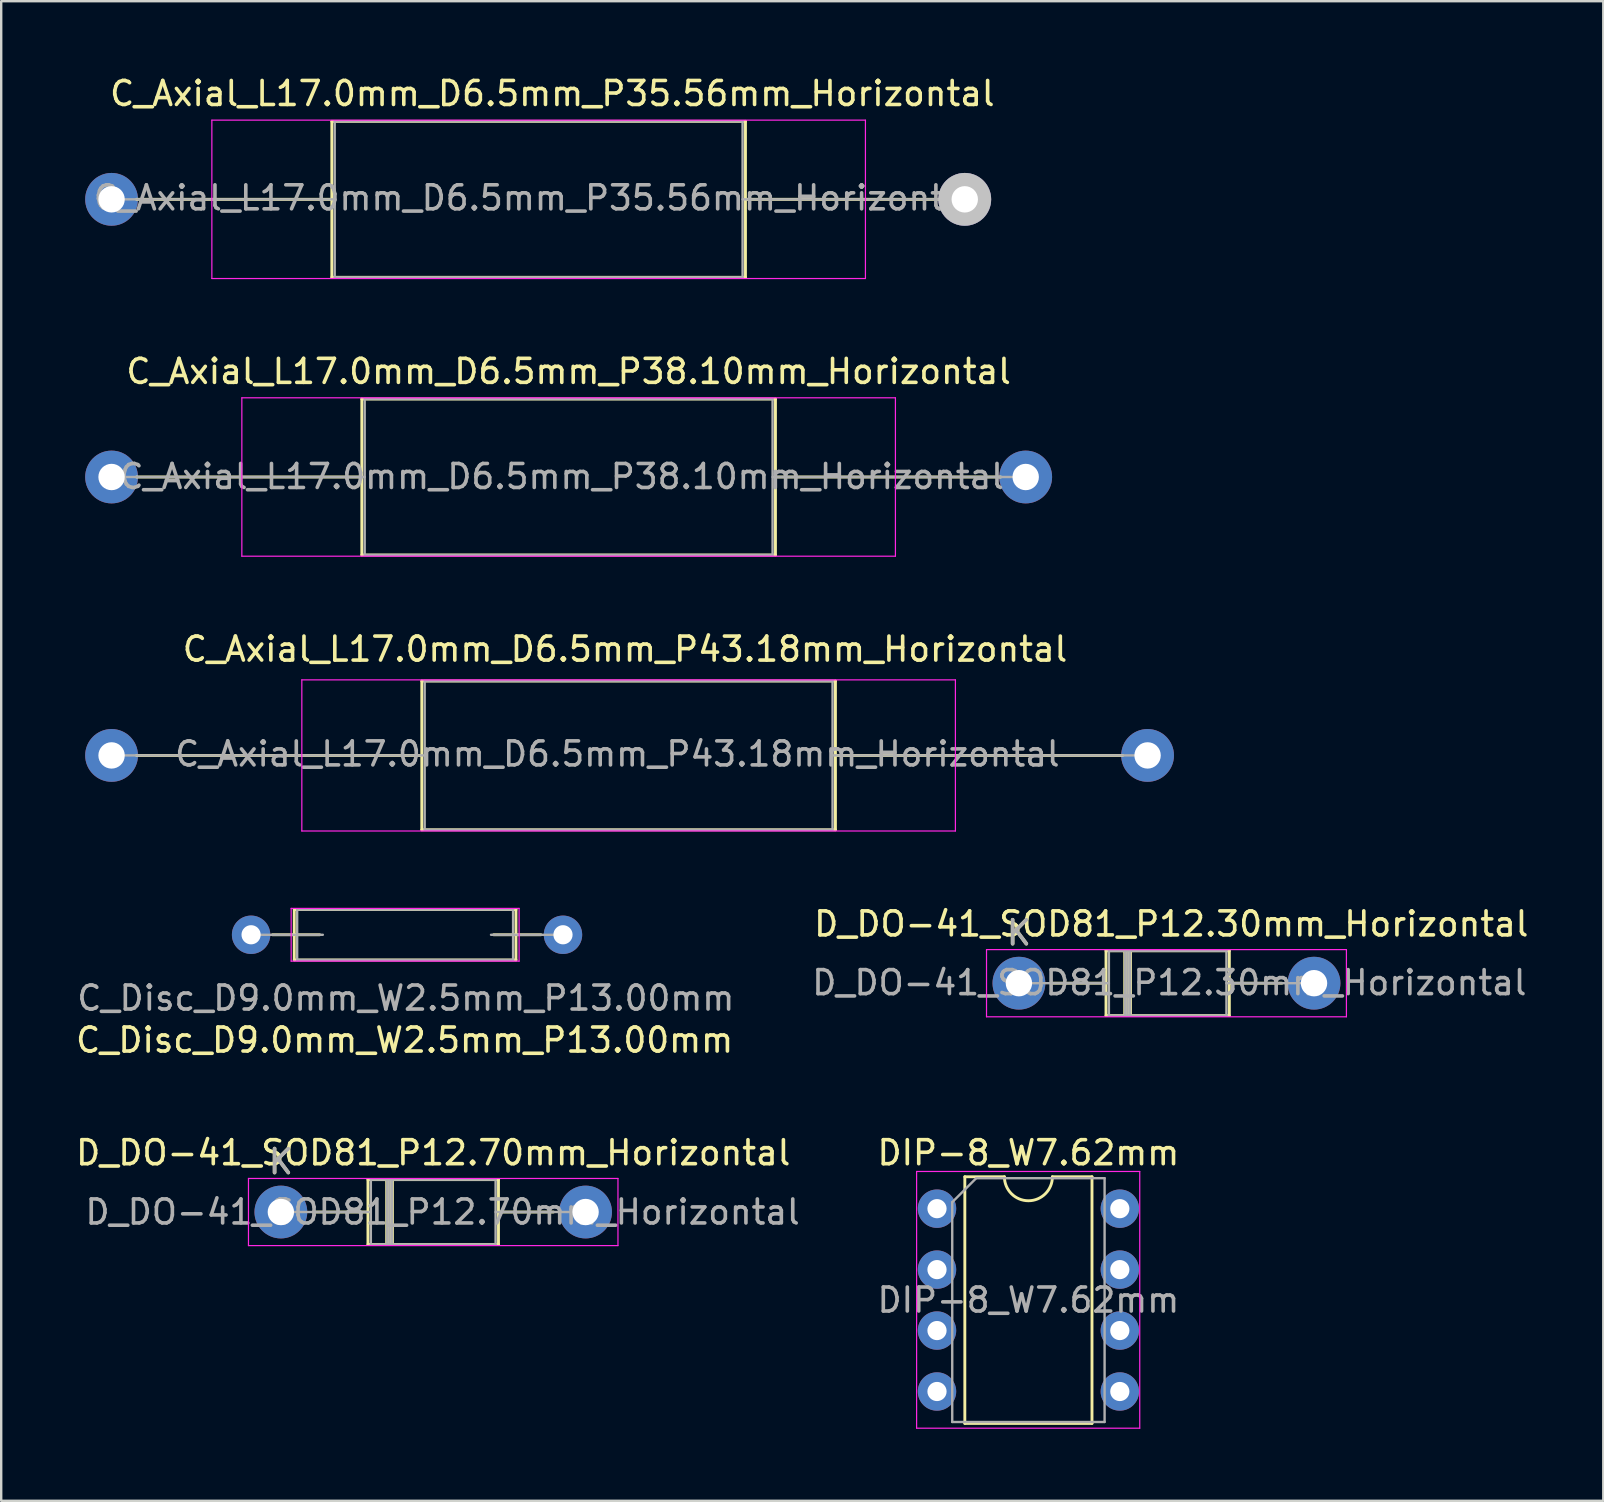
<source format=kicad_pcb>
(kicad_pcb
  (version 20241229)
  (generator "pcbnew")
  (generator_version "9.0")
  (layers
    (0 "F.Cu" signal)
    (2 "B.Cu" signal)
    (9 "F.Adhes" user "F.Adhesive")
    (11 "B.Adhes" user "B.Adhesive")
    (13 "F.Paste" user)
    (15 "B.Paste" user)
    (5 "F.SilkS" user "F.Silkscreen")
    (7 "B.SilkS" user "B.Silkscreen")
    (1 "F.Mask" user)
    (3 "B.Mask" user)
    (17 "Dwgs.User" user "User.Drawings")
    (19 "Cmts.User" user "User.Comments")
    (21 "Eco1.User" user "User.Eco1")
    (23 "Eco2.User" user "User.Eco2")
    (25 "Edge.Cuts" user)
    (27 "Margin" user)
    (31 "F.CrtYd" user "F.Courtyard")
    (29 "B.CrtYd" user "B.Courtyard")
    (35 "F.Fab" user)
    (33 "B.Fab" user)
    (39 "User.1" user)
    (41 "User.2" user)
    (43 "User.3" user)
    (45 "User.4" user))
  (footprint "DIP-8_W7.62mm"
    (layer "F.Cu")
    (at 36.003 47.326)
    (property "Reference" "DIP-8_W7.62mm" (at 3.81 -2.33 0) (layer "F.SilkS") (effects (font (size 1 1) (thickness 0.15))))
    (attr through_hole)
    (fp_rect (start 1.2 0) (end -1.2 7.62) (stroke (width 0) (type solid)) (fill yes) (layer "F.Mask"))
    (fp_rect (start 8.82 0) (end 6.42 7.62) (stroke (width 0) (type solid)) (fill yes) (layer "F.Mask"))
    (fp_circle (center 0 0) (end 1.2 0) (stroke (width 0) (type solid)) (fill yes) (layer "F.Mask"))
    (fp_circle (center 0 7.62) (end 1.2 7.62) (stroke (width 0) (type solid)) (fill yes) (layer "F.Mask"))
    (fp_circle (center 7.62 0) (end 8.82 0) (stroke (width 0) (type solid)) (fill yes) (layer "F.Mask"))
    (fp_circle (center 7.62 7.62) (end 8.82 7.62) (stroke (width 0) (type solid)) (fill yes) (layer "F.Mask"))
    (fp_rect (start -1.2 0) (end 1.2 7.62) (stroke (width 0) (type solid)) (fill yes) (layer "B.Mask"))
    (fp_rect (start 6.42 0) (end 8.82 7.62) (stroke (width 0) (type solid)) (fill yes) (layer "B.Mask"))
    (fp_circle (center 0 0) (end -1.2 0) (stroke (width 0) (type solid)) (fill yes) (layer "B.Mask"))
    (fp_circle (center 0 7.62) (end -1.2 7.62) (stroke (width 0) (type solid)) (fill yes) (layer "B.Mask"))
    (fp_circle (center 7.62 0) (end 6.42 0) (stroke (width 0) (type solid)) (fill yes) (layer "B.Mask"))
    (fp_circle (center 7.62 7.62) (end 6.42 7.62) (stroke (width 0) (type solid)) (fill yes) (layer "B.Mask"))
    (fp_line (start 1.16 -1.33) (end 1.16 8.95) (stroke (width 0.12) (type solid)) (layer "F.SilkS"))
    (fp_line (start 1.16 8.95) (end 6.46 8.95) (stroke (width 0.12) (type solid)) (layer "F.SilkS"))
    (fp_line (start 2.81 -1.33) (end 1.16 -1.33) (stroke (width 0.12) (type solid)) (layer "F.SilkS"))
    (fp_line (start 6.46 -1.33) (end 4.81 -1.33) (stroke (width 0.12) (type solid)) (layer "F.SilkS"))
    (fp_line (start 6.46 8.95) (end 6.46 -1.33) (stroke (width 0.12) (type solid)) (layer "F.SilkS"))
    (fp_arc (start 4.81 -1.33) (mid 3.81 -0.33) (end 2.81 -1.33) (stroke (width 0.12) (type solid)) (layer "F.SilkS"))
    (fp_line (start -0.85 -1.55) (end -0.85 9.15) (stroke (width 0.05) (type solid)) (layer "F.CrtYd"))
    (fp_line (start -0.85 9.15) (end 8.45 9.15) (stroke (width 0.05) (type solid)) (layer "F.CrtYd"))
    (fp_line (start 8.45 -1.55) (end -0.85 -1.55) (stroke (width 0.05) (type solid)) (layer "F.CrtYd"))
    (fp_line (start 8.45 9.15) (end 8.45 -1.55) (stroke (width 0.05) (type solid)) (layer "F.CrtYd"))
    (fp_line (start 0.635 -0.27) (end 1.635 -1.27) (stroke (width 0.1) (type solid)) (layer "F.Fab"))
    (fp_line (start 0.635 8.89) (end 0.635 -0.27) (stroke (width 0.1) (type solid)) (layer "F.Fab"))
    (fp_line (start 1.635 -1.27) (end 6.985 -1.27) (stroke (width 0.1) (type solid)) (layer "F.Fab"))
    (fp_line (start 6.985 -1.27) (end 6.985 8.89) (stroke (width 0.1) (type solid)) (layer "F.Fab"))
    (fp_line (start 6.985 8.89) (end 0.635 8.89) (stroke (width 0.1) (type solid)) (layer "F.Fab"))
    (fp_text user "${REFERENCE}" (at 3.81 3.81 0) (layer "F.Fab") (effects (font (size 1 1) (thickness 0.15))))
    (pad "1" thru_hole oval (at 0 0) (size 1.6 1.6) (drill 0.8) (layers "*.Cu" "*.Mask"))
    (pad "2" thru_hole oval (at 0 2.54) (size 1.6 1.6) (drill 0.8) (layers "*.Cu" "*.Mask"))
    (pad "3" thru_hole oval (at 0 5.08) (size 1.6 1.6) (drill 0.8) (layers "*.Cu" "*.Mask"))
    (pad "4" thru_hole oval (at 0 7.62) (size 1.6 1.6) (drill 0.8) (layers "*.Cu" "*.Mask"))
    (pad "5" thru_hole oval (at 7.62 7.62) (size 1.6 1.6) (drill 0.8) (layers "*.Cu" "*.Mask"))
    (pad "6" thru_hole oval (at 7.62 5.08) (size 1.6 1.6) (drill 0.8) (layers "*.Cu" "*.Mask"))
    (pad "7" thru_hole oval (at 7.62 2.54) (size 1.6 1.6) (drill 0.8) (layers "*.Cu" "*.Mask"))
    (pad "8" thru_hole oval (at 7.62 0) (size 1.6 1.6) (drill 0.8) (layers "*.Cu" "*.Mask")))
  (footprint "D_DO-41_SOD81_P12.70mm_Horizontal"
    (layer "F.Cu")
    (at 8.656 47.466)
    (property "Reference" "D_DO-41_SOD81_P12.70mm_Horizontal" (at 6.35 -2.47 0) (layer "F.SilkS") (effects (font (size 1 1) (thickness 0.15))))
    (attr through_hole)
    (fp_circle (center 0 0) (end 1.6 0) (stroke (width 0) (type solid)) (fill yes) (layer "B.Mask"))
    (fp_circle (center 12.7 0) (end 14.3 0) (stroke (width 0) (type solid)) (fill yes) (layer "B.Mask"))
    (fp_line (start 1.34 0) (end 3.63 0) (stroke (width 0.12) (type solid)) (layer "F.SilkS"))
    (fp_line (start 3.63 -1.35) (end 3.63 1.35) (stroke (width 0.12) (type solid)) (layer "F.SilkS"))
    (fp_line (start 3.63 1.35) (end 9.07 1.35) (stroke (width 0.12) (type solid)) (layer "F.SilkS"))
    (fp_line (start 4.41 -1.35) (end 4.41 1.35) (stroke (width 0.12) (type solid)) (layer "F.SilkS"))
    (fp_line (start 4.53 -1.35) (end 4.53 1.35) (stroke (width 0.12) (type solid)) (layer "F.SilkS"))
    (fp_line (start 4.65 -1.35) (end 4.65 1.35) (stroke (width 0.12) (type solid)) (layer "F.SilkS"))
    (fp_line (start 9.07 -1.35) (end 3.63 -1.35) (stroke (width 0.12) (type solid)) (layer "F.SilkS"))
    (fp_line (start 9.07 1.35) (end 9.07 -1.35) (stroke (width 0.12) (type solid)) (layer "F.SilkS"))
    (fp_line (start 11.36 0) (end 9.07 0) (stroke (width 0.12) (type solid)) (layer "F.SilkS"))
    (fp_line (start -1.35 -1.4) (end -1.35 1.4) (stroke (width 0.05) (type solid)) (layer "F.CrtYd"))
    (fp_line (start -1.35 1.4) (end 14.05 1.4) (stroke (width 0.05) (type solid)) (layer "F.CrtYd"))
    (fp_line (start 14.05 -1.4) (end -1.35 -1.4) (stroke (width 0.05) (type solid)) (layer "F.CrtYd"))
    (fp_line (start 14.05 1.4) (end 14.05 -1.4) (stroke (width 0.05) (type solid)) (layer "F.CrtYd"))
    (fp_line (start 0 0) (end 3.75 0) (stroke (width 0.1) (type solid)) (layer "F.Fab"))
    (fp_line (start 3.75 -1.35) (end 3.75 1.35) (stroke (width 0.1) (type solid)) (layer "F.Fab"))
    (fp_line (start 3.75 1.35) (end 8.95 1.35) (stroke (width 0.1) (type solid)) (layer "F.Fab"))
    (fp_line (start 4.43 -1.35) (end 4.43 1.35) (stroke (width 0.1) (type solid)) (layer "F.Fab"))
    (fp_line (start 4.53 -1.35) (end 4.53 1.35) (stroke (width 0.1) (type solid)) (layer "F.Fab"))
    (fp_line (start 4.63 -1.35) (end 4.63 1.35) (stroke (width 0.1) (type solid)) (layer "F.Fab"))
    (fp_line (start 8.95 -1.35) (end 3.75 -1.35) (stroke (width 0.1) (type solid)) (layer "F.Fab"))
    (fp_line (start 8.95 1.35) (end 8.95 -1.35) (stroke (width 0.1) (type solid)) (layer "F.Fab"))
    (fp_line (start 12.7 0) (end 8.95 0) (stroke (width 0.1) (type solid)) (layer "F.Fab"))
    (fp_text user "K" (at 0 -2.1 0) (layer "F.SilkS") (effects (font (size 1 1) (thickness 0.15))))
    (fp_text user "${REFERENCE}" (at 6.74 0 0) (layer "F.Fab") (effects (font (size 1 1) (thickness 0.15))))
    (fp_text user "K" (at 0 -2.1 0) (layer "F.Fab") (effects (font (size 1 1) (thickness 0.15))))
    (pad "1" thru_hole oval (at 0 0) (size 2.2 2.2) (drill 1.1) (layers "*.Cu" "*.Mask"))
    (pad "2" thru_hole oval (at 12.7 0) (size 2.2 2.2) (drill 1.1) (layers "*.Cu" "*.Mask")))
  (footprint "C_Disc_D9.0mm_W2.5mm_P13.00mm"
    (layer "F.Cu")
    (at 7.415 35.91)
    (property "Reference" "C_Disc_D9.0mm_W2.5mm_P13.00mm" (at 6.4 4.39 0) (layer "F.SilkS") (effects (font (size 1 1) (thickness 0.15))))
    (attr through_hole)
    (fp_circle (center 0 0) (end 1.3 0) (stroke (width 0) (type solid)) (fill yes) (layer "B.Mask"))
    (fp_circle (center 13 0) (end 14.3 0) (stroke (width 0) (type solid)) (fill yes) (layer "B.Mask"))
    (fp_line (start 0.89 0) (end 2.86 0) (stroke (width 0.12) (type solid)) (layer "F.SilkS"))
    (fp_line (start 1.8 -1.05) (end 1.8 1.05) (stroke (width 0.12) (type solid)) (layer "F.SilkS"))
    (fp_line (start 1.8 -1.05) (end 11.04 -1.05) (stroke (width 0.12) (type solid)) (layer "F.SilkS"))
    (fp_line (start 1.8 1.05) (end 11.04 1.05) (stroke (width 0.12) (type solid)) (layer "F.SilkS"))
    (fp_line (start 11.04 -1.05) (end 11.04 1.05) (stroke (width 0.12) (type solid)) (layer "F.SilkS"))
    (fp_line (start 12.08 0) (end 10.11 0) (stroke (width 0.12) (type solid)) (layer "F.SilkS"))
    (fp_line (start 1.67 -1.1) (end 1.67 1.1) (stroke (width 0.05) (type solid)) (layer "F.CrtYd"))
    (fp_line (start 1.67 1.1) (end 11.17 1.1) (stroke (width 0.05) (type solid)) (layer "F.CrtYd"))
    (fp_line (start 11.17 -1.1) (end 1.67 -1.1) (stroke (width 0.05) (type solid)) (layer "F.CrtYd"))
    (fp_line (start 11.17 1.1) (end 11.17 -1.1) (stroke (width 0.05) (type solid)) (layer "F.CrtYd"))
    (fp_line (start 0 0) (end 2.99 0) (stroke (width 0.1) (type solid)) (layer "F.Fab"))
    (fp_line (start 1.92 -1.05) (end 1.92 1.05) (stroke (width 0.1) (type solid)) (layer "F.Fab"))
    (fp_line (start 1.92 1.05) (end 10.92 1.05) (stroke (width 0.1) (type solid)) (layer "F.Fab"))
    (fp_line (start 10.92 -1.05) (end 1.92 -1.05) (stroke (width 0.1) (type solid)) (layer "F.Fab"))
    (fp_line (start 10.92 1.05) (end 10.92 -1.05) (stroke (width 0.1) (type solid)) (layer "F.Fab"))
    (fp_line (start 12.99 0) (end 10 0) (stroke (width 0.1) (type solid)) (layer "F.Fab"))
    (fp_text user "${REFERENCE}" (at 6.45 2.64 0) (layer "F.Fab") (effects (font (size 1 1) (thickness 0.15))))
    (pad "1" thru_hole circle (at 0 0) (size 1.6 1.6) (drill 0.8) (layers "*.Cu" "*.Mask"))
    (pad "2" thru_hole circle (at 13 0) (size 1.6 1.6) (drill 0.8) (layers "*.Cu" "*.Mask")))
  (footprint "C_Axial_L17.0mm_D6.5mm_P43.18mm_Horizontal"
    (layer "F.Cu")
    (at 1.6 28.435)
    (property "Reference" "C_Axial_L17.0mm_D6.5mm_P43.18mm_Horizontal" (at 21.4 -4.43 0) (layer "F.SilkS") (effects (font (size 1 1) (thickness 0.15))))
    (attr through_hole)
    (fp_circle (center 0 0) (end 1.6 0) (stroke (width 0) (type solid)) (fill yes) (layer "B.Mask"))
    (fp_circle (center 43.18 0) (end 44.78 0) (stroke (width 0) (type solid)) (fill yes) (layer "B.Mask"))
    (fp_line (start 1.04 0) (end 12.93 0) (stroke (width 0.12) (type solid)) (layer "F.SilkS"))
    (fp_line (start 12.93 -3.1) (end 12.93 3.1) (stroke (width 0.12) (type solid)) (layer "F.SilkS"))
    (fp_line (start 12.93 3.1) (end 30.17 3.1) (stroke (width 0.12) (type solid)) (layer "F.SilkS"))
    (fp_line (start 30.17 -3.1) (end 12.93 -3.1) (stroke (width 0.12) (type solid)) (layer "F.SilkS"))
    (fp_line (start 30.17 3.1) (end 30.17 -3.1) (stroke (width 0.12) (type solid)) (layer "F.SilkS"))
    (fp_line (start 42.14 0) (end 30.17 0) (stroke (width 0.12) (type solid)) (layer "F.SilkS"))
    (fp_line (start 7.93 -3.15) (end 7.93 3.15) (stroke (width 0.05) (type solid)) (layer "F.CrtYd"))
    (fp_line (start 7.93 3.15) (end 35.17 3.15) (stroke (width 0.05) (type solid)) (layer "F.CrtYd"))
    (fp_line (start 35.17 -3.15) (end 7.93 -3.15) (stroke (width 0.05) (type solid)) (layer "F.CrtYd"))
    (fp_line (start 35.17 3.15) (end 35.17 -3.15) (stroke (width 0.05) (type solid)) (layer "F.CrtYd"))
    (fp_line (start 0 0) (end 13.05 0) (stroke (width 0.1) (type solid)) (layer "F.Fab"))
    (fp_line (start 13.05 -3.1) (end 13.05 3.1) (stroke (width 0.1) (type solid)) (layer "F.Fab"))
    (fp_line (start 13.05 3.1) (end 30.05 3.1) (stroke (width 0.1) (type solid)) (layer "F.Fab"))
    (fp_line (start 30.05 -3.1) (end 13.05 -3.1) (stroke (width 0.1) (type solid)) (layer "F.Fab"))
    (fp_line (start 30.05 3.1) (end 30.05 -3.1) (stroke (width 0.1) (type solid)) (layer "F.Fab"))
    (fp_line (start 43.18 0) (end 30.05 0) (stroke (width 0.1) (type solid)) (layer "F.Fab"))
    (fp_text user "${REFERENCE}" (at 21.08 -0.06 0) (layer "F.Fab") (effects (font (size 1 1) (thickness 0.15))))
    (pad "1" thru_hole circle (at 0 0) (size 2.2 2.2) (drill 1.1) (layers "*.Cu" "*.Mask"))
    (pad "2" thru_hole circle (at 43.18 0) (size 2.2 2.2) (drill 1.1) (layers "*.Cu" "*.Mask")))
  (footprint "C_Axial_L17.0mm_D6.5mm_P38.10mm_Horizontal"
    (layer "F.Cu")
    (at 1.6 16.831)
    (property "Reference" "C_Axial_L17.0mm_D6.5mm_P38.10mm_Horizontal" (at 19.05 -4.4 0) (layer "F.SilkS") (effects (font (size 1 1) (thickness 0.15))))
    (attr through_hole)
    (fp_circle (center 0 0) (end 1.6 0) (stroke (width 0) (type solid)) (fill yes) (layer "B.Mask"))
    (fp_circle (center 38.1 0) (end 39.7 0) (stroke (width 0) (type solid)) (fill yes) (layer "B.Mask"))
    (fp_line (start 1.04 0) (end 10.43 0) (stroke (width 0.12) (type solid)) (layer "F.SilkS"))
    (fp_line (start 10.43 -3.25) (end 10.43 3.25) (stroke (width 0.12) (type solid)) (layer "F.SilkS"))
    (fp_line (start 10.43 3.25) (end 27.67 3.25) (stroke (width 0.12) (type solid)) (layer "F.SilkS"))
    (fp_line (start 27.67 -3.25) (end 10.43 -3.25) (stroke (width 0.12) (type solid)) (layer "F.SilkS"))
    (fp_line (start 27.67 3.25) (end 27.67 -3.25) (stroke (width 0.12) (type solid)) (layer "F.SilkS"))
    (fp_line (start 37.06 0) (end 27.67 0) (stroke (width 0.12) (type solid)) (layer "F.SilkS"))
    (fp_line (start 5.43 -3.3) (end 5.43 3.3) (stroke (width 0.05) (type solid)) (layer "F.CrtYd"))
    (fp_line (start 5.43 3.3) (end 32.67 3.3) (stroke (width 0.05) (type solid)) (layer "F.CrtYd"))
    (fp_line (start 32.67 -3.3) (end 5.43 -3.3) (stroke (width 0.05) (type solid)) (layer "F.CrtYd"))
    (fp_line (start 32.67 3.3) (end 32.67 -3.3) (stroke (width 0.05) (type solid)) (layer "F.CrtYd"))
    (fp_line (start 0 0) (end 10.55 0) (stroke (width 0.1) (type solid)) (layer "F.Fab"))
    (fp_line (start 10.55 -3.25) (end 10.55 3.25) (stroke (width 0.1) (type solid)) (layer "F.Fab"))
    (fp_line (start 10.55 3.25) (end 27.55 3.25) (stroke (width 0.1) (type solid)) (layer "F.Fab"))
    (fp_line (start 27.55 -3.25) (end 10.55 -3.25) (stroke (width 0.1) (type solid)) (layer "F.Fab"))
    (fp_line (start 27.55 3.25) (end 27.55 -3.25) (stroke (width 0.1) (type solid)) (layer "F.Fab"))
    (fp_line (start 38.1 0) (end 27.55 0) (stroke (width 0.1) (type solid)) (layer "F.Fab"))
    (fp_text user "${REFERENCE}" (at 18.76 -0.02 0) (layer "F.Fab") (effects (font (size 1 1) (thickness 0.15))))
    (pad "1" thru_hole circle (at 0 0) (size 2.2 2.2) (drill 1.1) (layers "*.Cu" "*.Mask"))
    (pad "2" thru_hole circle (at 38.1 0) (size 2.2 2.2) (drill 1.1) (layers "*.Cu" "*.Mask")))
  (footprint "C_Axial_L17.0mm_D6.5mm_P35.56mm_Horizontal"
    (layer "F.Cu")
    (at 1.6 5.258)
    (property "Reference" "C_Axial_L17.0mm_D6.5mm_P35.56mm_Horizontal" (at 18.37 -4.41 0) (layer "F.SilkS") (effects (font (size 1 1) (thickness 0.15))))
    (attr through_hole)
    (fp_circle (center 0 0) (end 1.6 0) (stroke (width 0) (type solid)) (fill yes) (layer "B.Mask"))
    (fp_circle (center 35.56 0) (end 37.16 0) (stroke (width 0) (type solid)) (fill yes) (layer "B.Mask"))
    (fp_line (start 1.04 0) (end 9.18 0) (stroke (width 0.12) (type solid)) (layer "F.SilkS"))
    (fp_line (start 9.18 -3.25) (end 9.18 3.25) (stroke (width 0.12) (type solid)) (layer "F.SilkS"))
    (fp_line (start 9.18 3.25) (end 26.42 3.25) (stroke (width 0.12) (type solid)) (layer "F.SilkS"))
    (fp_line (start 26.42 -3.25) (end 9.18 -3.25) (stroke (width 0.12) (type solid)) (layer "F.SilkS"))
    (fp_line (start 26.42 0) (end 34.52 0) (stroke (width 0.12) (type solid)) (layer "F.SilkS"))
    (fp_line (start 26.42 3.25) (end 26.42 -3.25) (stroke (width 0.12) (type solid)) (layer "F.SilkS"))
    (fp_line (start 4.18 -3.3) (end 4.18 3.3) (stroke (width 0.05) (type solid)) (layer "F.CrtYd"))
    (fp_line (start 4.18 3.3) (end 31.42 3.3) (stroke (width 0.05) (type solid)) (layer "F.CrtYd"))
    (fp_line (start 31.42 -3.3) (end 4.18 -3.3) (stroke (width 0.05) (type solid)) (layer "F.CrtYd"))
    (fp_line (start 31.42 3.3) (end 31.42 -3.3) (stroke (width 0.05) (type solid)) (layer "F.CrtYd"))
    (fp_line (start 0 0) (end 9.3 0) (stroke (width 0.1) (type solid)) (layer "F.Fab"))
    (fp_line (start 9.3 -3.25) (end 9.3 3.25) (stroke (width 0.1) (type solid)) (layer "F.Fab"))
    (fp_line (start 9.3 3.25) (end 26.3 3.25) (stroke (width 0.1) (type solid)) (layer "F.Fab"))
    (fp_line (start 26.3 -3.25) (end 9.3 -3.25) (stroke (width 0.1) (type solid)) (layer "F.Fab"))
    (fp_line (start 26.3 3.25) (end 26.3 -3.25) (stroke (width 0.1) (type solid)) (layer "F.Fab"))
    (fp_line (start 35.56 0) (end 26.3 0) (stroke (width 0.1) (type solid)) (layer "F.Fab"))
    (fp_text user "${REFERENCE}" (at 17.69 -0.06 0) (layer "F.Fab") (effects (font (size 1 1) (thickness 0.15))))
    (pad "1" thru_hole circle (at 0 0) (size 2.2 2.2) (drill 1.1) (layers "*.Cu" "*.Mask"))
    (pad "2" thru_hole circle (at 35.56 0) (size 2.2 2.2) (drill 1.1) (layers "*.Cu" "*.Mask" "Dwgs.User")))
  (footprint "D_DO-41_SOD81_P12.30mm_Horizontal"
    (layer "F.Cu")
    (at 39.417 37.928)
    (property "Reference" "D_DO-41_SOD81_P12.30mm_Horizontal" (at 6.35 -2.47 0) (layer "F.SilkS") (effects (font (size 1 1) (thickness 0.15))))
    (attr through_hole)
    (fp_circle (center 0 0) (end 1.6 0) (stroke (width 0) (type solid)) (fill yes) (layer "B.Mask"))
    (fp_circle (center 12.3 0) (end 13.9 0) (stroke (width 0) (type solid)) (fill yes) (layer "B.Mask"))
    (fp_line (start 1.34 0) (end 3.63 0) (stroke (width 0.12) (type solid)) (layer "F.SilkS"))
    (fp_line (start 3.63 -1.35) (end 3.63 1.35) (stroke (width 0.12) (type solid)) (layer "F.SilkS"))
    (fp_line (start 3.63 1.35) (end 8.77 1.35) (stroke (width 0.12) (type solid)) (layer "F.SilkS"))
    (fp_line (start 4.41 -1.35) (end 4.41 1.35) (stroke (width 0.12) (type solid)) (layer "F.SilkS"))
    (fp_line (start 4.53 -1.35) (end 4.53 1.35) (stroke (width 0.12) (type solid)) (layer "F.SilkS"))
    (fp_line (start 4.65 -1.35) (end 4.65 1.35) (stroke (width 0.12) (type solid)) (layer "F.SilkS"))
    (fp_line (start 8.77 -1.35) (end 3.63 -1.35) (stroke (width 0.12) (type solid)) (layer "F.SilkS"))
    (fp_line (start 8.77 1.35) (end 8.77 -1.35) (stroke (width 0.12) (type solid)) (layer "F.SilkS"))
    (fp_line (start 10.96 0) (end 8.77 0) (stroke (width 0.12) (type solid)) (layer "F.SilkS"))
    (fp_line (start -1.35 -1.4) (end -1.35 1.4) (stroke (width 0.05) (type solid)) (layer "F.CrtYd"))
    (fp_line (start -1.35 1.4) (end 13.65 1.4) (stroke (width 0.05) (type solid)) (layer "F.CrtYd"))
    (fp_line (start 13.65 -1.4) (end -1.35 -1.4) (stroke (width 0.05) (type solid)) (layer "F.CrtYd"))
    (fp_line (start 13.65 1.4) (end 13.65 -1.4) (stroke (width 0.05) (type solid)) (layer "F.CrtYd"))
    (fp_line (start 0 0) (end 3.75 0) (stroke (width 0.1) (type solid)) (layer "F.Fab"))
    (fp_line (start 3.75 -1.35) (end 3.75 1.35) (stroke (width 0.1) (type solid)) (layer "F.Fab"))
    (fp_line (start 3.75 1.35) (end 8.65 1.35) (stroke (width 0.1) (type solid)) (layer "F.Fab"))
    (fp_line (start 4.43 -1.35) (end 4.43 1.35) (stroke (width 0.1) (type solid)) (layer "F.Fab"))
    (fp_line (start 4.53 -1.35) (end 4.53 1.35) (stroke (width 0.1) (type solid)) (layer "F.Fab"))
    (fp_line (start 4.63 -1.35) (end 4.63 1.35) (stroke (width 0.1) (type solid)) (layer "F.Fab"))
    (fp_line (start 8.65 -1.35) (end 3.75 -1.35) (stroke (width 0.1) (type solid)) (layer "F.Fab"))
    (fp_line (start 8.65 1.35) (end 8.65 -1.35) (stroke (width 0.1) (type solid)) (layer "F.Fab"))
    (fp_line (start 12.3 0) (end 8.65 0) (stroke (width 0.1) (type solid)) (layer "F.Fab"))
    (fp_text user "K" (at 0 -2.1 0) (layer "F.SilkS") (effects (font (size 1 1) (thickness 0.15))))
    (fp_text user "K" (at 0 -2.1 0) (layer "F.Fab") (effects (font (size 1 1) (thickness 0.15))))
    (fp_text user "${REFERENCE}" (at 6.27 -0.02 0) (layer "F.Fab") (effects (font (size 1 1) (thickness 0.15))))
    (pad "1" thru_hole oval (at 0 0) (size 2.2 2.2) (drill 1.1) (layers "*.Cu" "*.Mask"))
    (pad "2" thru_hole oval (at 12.3 0) (size 2.2 2.2) (drill 1.1) (layers "*.Cu" "*.Mask")))
  (gr_rect
    (start -3 -3)
    (end 63.773 59.501)
    (stroke (width 0.1) (type default))
    (fill no)
    (layer "Edge.Cuts")))
</source>
